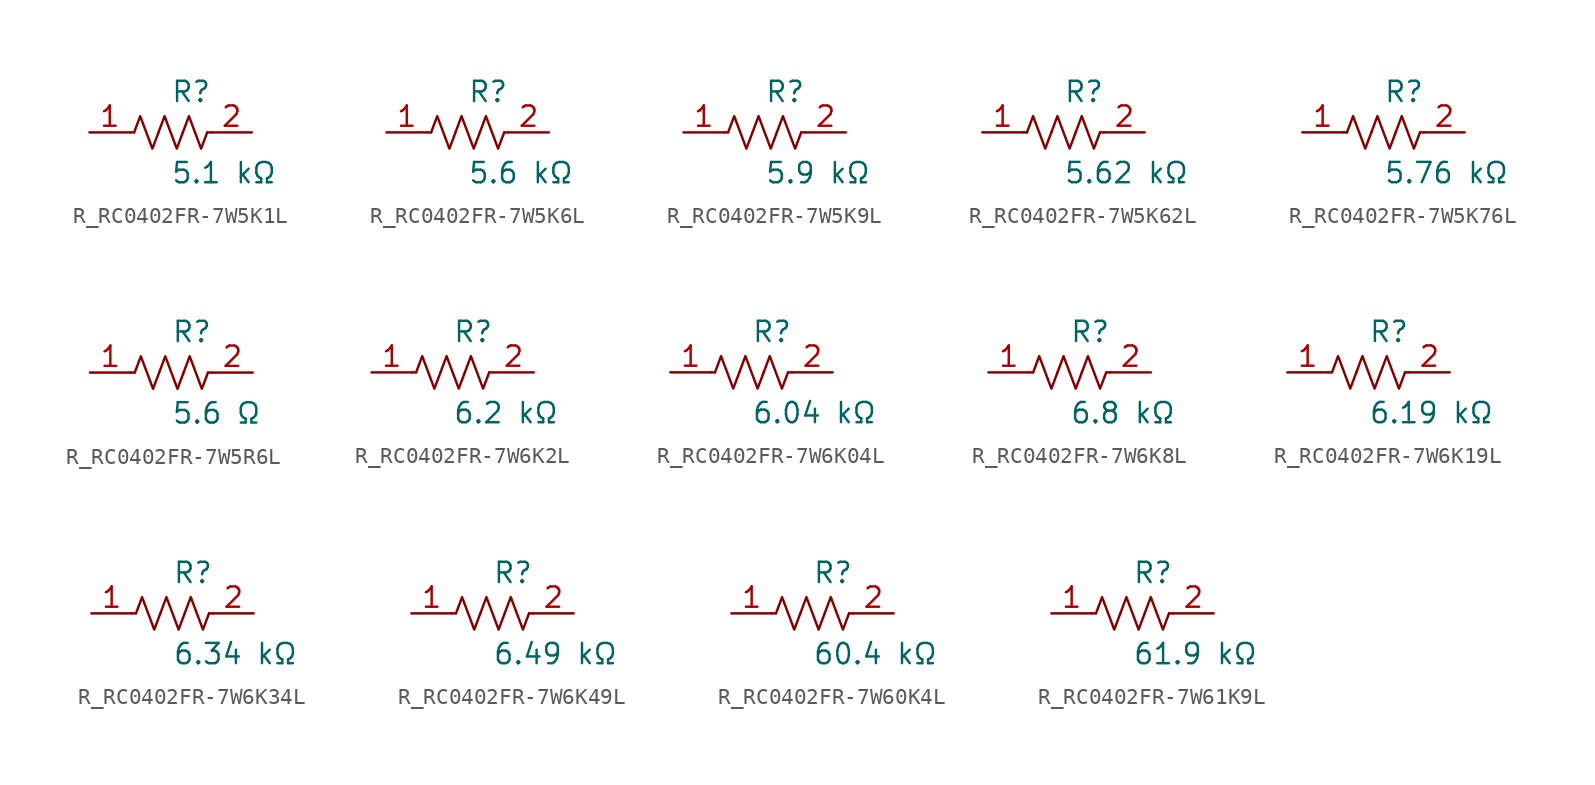
<source format=kicad_sym>
(kicad_symbol_lib
  (version 20231120)
  (generator kicad_symbol_editor)
  (generator_version 8.0)
  (symbol "R_RC0402FR-7W5K1L"
    (pin_names
      (offset 0.254))
    (property "Reference" "R"
      (at 0 2.54 0)
      (effects (font (size 1.27 1.27)) (justify left)))
    (property "Value" "5.1 kΩ"
      (at 0 -2.54 0)
      (effects (font (size 1.27 1.27)) (justify left)))
    (symbol "R_RC0402FR-7W5K1L_0_1"
      (polyline (pts (xy 2.286 0) (xy 2.54 0)) (stroke (width 0) (type default)) (fill (type none)))
      (polyline (pts (xy -2.286 0) (xy -2.54 0)) (stroke (width 0) (type default)) (fill (type none)))
      (polyline (pts (xy 0.762 0) (xy 1.143 1.016) (xy 1.524 0) (xy 1.905 -1.016) (xy 2.286 0)) (stroke (width 0) (type default)) (fill (type none)))
      (polyline (pts (xy -0.762 0) (xy -0.381 1.016) (xy 0 0) (xy 0.381 -1.016) (xy 0.762 0)) (stroke (width 0) (type default)) (fill (type none)))
      (polyline (pts (xy -2.286 0) (xy -1.905 1.016) (xy -1.524 0) (xy -1.143 -1.016) (xy -0.762 0)) (stroke (width 0) (type default)) (fill (type none))))
    (pin passive line
      (at -5.08 0 0)
      (length 2.54)
      (name "" (effects (font (size 1.27 1.27))))
      (number "1" (effects (font (size 1.27 1.27)))))
    (pin passive line
      (at 5.08 0 180)
      (length 2.54)
      (name "" (effects (font (size 1.27 1.27))))
      (number "2" (effects (font (size 1.27 1.27))))))
  (symbol "R_RC0402FR-7W5K6L"
    (pin_names
      (offset 0.254))
    (property "Reference" "R"
      (at 0 2.54 0)
      (effects (font (size 1.27 1.27)) (justify left)))
    (property "Value" "5.6 kΩ"
      (at 0 -2.54 0)
      (effects (font (size 1.27 1.27)) (justify left)))
    (symbol "R_RC0402FR-7W5K6L_0_1"
      (polyline (pts (xy 2.286 0) (xy 2.54 0)) (stroke (width 0) (type default)) (fill (type none)))
      (polyline (pts (xy -2.286 0) (xy -2.54 0)) (stroke (width 0) (type default)) (fill (type none)))
      (polyline (pts (xy 0.762 0) (xy 1.143 1.016) (xy 1.524 0) (xy 1.905 -1.016) (xy 2.286 0)) (stroke (width 0) (type default)) (fill (type none)))
      (polyline (pts (xy -0.762 0) (xy -0.381 1.016) (xy 0 0) (xy 0.381 -1.016) (xy 0.762 0)) (stroke (width 0) (type default)) (fill (type none)))
      (polyline (pts (xy -2.286 0) (xy -1.905 1.016) (xy -1.524 0) (xy -1.143 -1.016) (xy -0.762 0)) (stroke (width 0) (type default)) (fill (type none))))
    (pin passive line
      (at -5.08 0 0)
      (length 2.54)
      (name "" (effects (font (size 1.27 1.27))))
      (number "1" (effects (font (size 1.27 1.27)))))
    (pin passive line
      (at 5.08 0 180)
      (length 2.54)
      (name "" (effects (font (size 1.27 1.27))))
      (number "2" (effects (font (size 1.27 1.27))))))
  (symbol "R_RC0402FR-7W5K9L"
    (pin_names
      (offset 0.254))
    (property "Reference" "R"
      (at 0 2.54 0)
      (effects (font (size 1.27 1.27)) (justify left)))
    (property "Value" "5.9 kΩ"
      (at 0 -2.54 0)
      (effects (font (size 1.27 1.27)) (justify left)))
    (symbol "R_RC0402FR-7W5K9L_0_1"
      (polyline (pts (xy 2.286 0) (xy 2.54 0)) (stroke (width 0) (type default)) (fill (type none)))
      (polyline (pts (xy -2.286 0) (xy -2.54 0)) (stroke (width 0) (type default)) (fill (type none)))
      (polyline (pts (xy 0.762 0) (xy 1.143 1.016) (xy 1.524 0) (xy 1.905 -1.016) (xy 2.286 0)) (stroke (width 0) (type default)) (fill (type none)))
      (polyline (pts (xy -0.762 0) (xy -0.381 1.016) (xy 0 0) (xy 0.381 -1.016) (xy 0.762 0)) (stroke (width 0) (type default)) (fill (type none)))
      (polyline (pts (xy -2.286 0) (xy -1.905 1.016) (xy -1.524 0) (xy -1.143 -1.016) (xy -0.762 0)) (stroke (width 0) (type default)) (fill (type none))))
    (pin passive line
      (at -5.08 0 0)
      (length 2.54)
      (name "" (effects (font (size 1.27 1.27))))
      (number "1" (effects (font (size 1.27 1.27)))))
    (pin passive line
      (at 5.08 0 180)
      (length 2.54)
      (name "" (effects (font (size 1.27 1.27))))
      (number "2" (effects (font (size 1.27 1.27))))))
  (symbol "R_RC0402FR-7W5K62L"
    (pin_names
      (offset 0.254))
    (property "Reference" "R"
      (at 0 2.54 0)
      (effects (font (size 1.27 1.27)) (justify left)))
    (property "Value" "5.62 kΩ"
      (at 0 -2.54 0)
      (effects (font (size 1.27 1.27)) (justify left)))
    (symbol "R_RC0402FR-7W5K62L_0_1"
      (polyline (pts (xy 2.286 0) (xy 2.54 0)) (stroke (width 0) (type default)) (fill (type none)))
      (polyline (pts (xy -2.286 0) (xy -2.54 0)) (stroke (width 0) (type default)) (fill (type none)))
      (polyline (pts (xy 0.762 0) (xy 1.143 1.016) (xy 1.524 0) (xy 1.905 -1.016) (xy 2.286 0)) (stroke (width 0) (type default)) (fill (type none)))
      (polyline (pts (xy -0.762 0) (xy -0.381 1.016) (xy 0 0) (xy 0.381 -1.016) (xy 0.762 0)) (stroke (width 0) (type default)) (fill (type none)))
      (polyline (pts (xy -2.286 0) (xy -1.905 1.016) (xy -1.524 0) (xy -1.143 -1.016) (xy -0.762 0)) (stroke (width 0) (type default)) (fill (type none))))
    (pin passive line
      (at -5.08 0 0)
      (length 2.54)
      (name "" (effects (font (size 1.27 1.27))))
      (number "1" (effects (font (size 1.27 1.27)))))
    (pin passive line
      (at 5.08 0 180)
      (length 2.54)
      (name "" (effects (font (size 1.27 1.27))))
      (number "2" (effects (font (size 1.27 1.27))))))
  (symbol "R_RC0402FR-7W5K76L"
    (pin_names
      (offset 0.254))
    (property "Reference" "R"
      (at 0 2.54 0)
      (effects (font (size 1.27 1.27)) (justify left)))
    (property "Value" "5.76 kΩ"
      (at 0 -2.54 0)
      (effects (font (size 1.27 1.27)) (justify left)))
    (symbol "R_RC0402FR-7W5K76L_0_1"
      (polyline (pts (xy 2.286 0) (xy 2.54 0)) (stroke (width 0) (type default)) (fill (type none)))
      (polyline (pts (xy -2.286 0) (xy -2.54 0)) (stroke (width 0) (type default)) (fill (type none)))
      (polyline (pts (xy 0.762 0) (xy 1.143 1.016) (xy 1.524 0) (xy 1.905 -1.016) (xy 2.286 0)) (stroke (width 0) (type default)) (fill (type none)))
      (polyline (pts (xy -0.762 0) (xy -0.381 1.016) (xy 0 0) (xy 0.381 -1.016) (xy 0.762 0)) (stroke (width 0) (type default)) (fill (type none)))
      (polyline (pts (xy -2.286 0) (xy -1.905 1.016) (xy -1.524 0) (xy -1.143 -1.016) (xy -0.762 0)) (stroke (width 0) (type default)) (fill (type none))))
    (pin passive line
      (at -5.08 0 0)
      (length 2.54)
      (name "" (effects (font (size 1.27 1.27))))
      (number "1" (effects (font (size 1.27 1.27)))))
    (pin passive line
      (at 5.08 0 180)
      (length 2.54)
      (name "" (effects (font (size 1.27 1.27))))
      (number "2" (effects (font (size 1.27 1.27))))))
  (symbol "R_RC0402FR-7W5R6L"
    (pin_names
      (offset 0.254))
    (property "Reference" "R"
      (at 0 2.54 0)
      (effects (font (size 1.27 1.27)) (justify left)))
    (property "Value" "5.6 Ω"
      (at 0 -2.54 0)
      (effects (font (size 1.27 1.27)) (justify left)))
    (symbol "R_RC0402FR-7W5R6L_0_1"
      (polyline (pts (xy 2.286 0) (xy 2.54 0)) (stroke (width 0) (type default)) (fill (type none)))
      (polyline (pts (xy -2.286 0) (xy -2.54 0)) (stroke (width 0) (type default)) (fill (type none)))
      (polyline (pts (xy 0.762 0) (xy 1.143 1.016) (xy 1.524 0) (xy 1.905 -1.016) (xy 2.286 0)) (stroke (width 0) (type default)) (fill (type none)))
      (polyline (pts (xy -0.762 0) (xy -0.381 1.016) (xy 0 0) (xy 0.381 -1.016) (xy 0.762 0)) (stroke (width 0) (type default)) (fill (type none)))
      (polyline (pts (xy -2.286 0) (xy -1.905 1.016) (xy -1.524 0) (xy -1.143 -1.016) (xy -0.762 0)) (stroke (width 0) (type default)) (fill (type none))))
    (pin passive line
      (at -5.08 0 0)
      (length 2.54)
      (name "" (effects (font (size 1.27 1.27))))
      (number "1" (effects (font (size 1.27 1.27)))))
    (pin passive line
      (at 5.08 0 180)
      (length 2.54)
      (name "" (effects (font (size 1.27 1.27))))
      (number "2" (effects (font (size 1.27 1.27))))))
  (symbol "R_RC0402FR-7W6K2L"
    (pin_names
      (offset 0.254))
    (property "Reference" "R"
      (at 0 2.54 0)
      (effects (font (size 1.27 1.27)) (justify left)))
    (property "Value" "6.2 kΩ"
      (at 0 -2.54 0)
      (effects (font (size 1.27 1.27)) (justify left)))
    (symbol "R_RC0402FR-7W6K2L_0_1"
      (polyline (pts (xy 2.286 0) (xy 2.54 0)) (stroke (width 0) (type default)) (fill (type none)))
      (polyline (pts (xy -2.286 0) (xy -2.54 0)) (stroke (width 0) (type default)) (fill (type none)))
      (polyline (pts (xy 0.762 0) (xy 1.143 1.016) (xy 1.524 0) (xy 1.905 -1.016) (xy 2.286 0)) (stroke (width 0) (type default)) (fill (type none)))
      (polyline (pts (xy -0.762 0) (xy -0.381 1.016) (xy 0 0) (xy 0.381 -1.016) (xy 0.762 0)) (stroke (width 0) (type default)) (fill (type none)))
      (polyline (pts (xy -2.286 0) (xy -1.905 1.016) (xy -1.524 0) (xy -1.143 -1.016) (xy -0.762 0)) (stroke (width 0) (type default)) (fill (type none))))
    (pin passive line
      (at -5.08 0 0)
      (length 2.54)
      (name "" (effects (font (size 1.27 1.27))))
      (number "1" (effects (font (size 1.27 1.27)))))
    (pin passive line
      (at 5.08 0 180)
      (length 2.54)
      (name "" (effects (font (size 1.27 1.27))))
      (number "2" (effects (font (size 1.27 1.27))))))
  (symbol "R_RC0402FR-7W6K04L"
    (pin_names
      (offset 0.254))
    (property "Reference" "R"
      (at 0 2.54 0)
      (effects (font (size 1.27 1.27)) (justify left)))
    (property "Value" "6.04 kΩ"
      (at 0 -2.54 0)
      (effects (font (size 1.27 1.27)) (justify left)))
    (symbol "R_RC0402FR-7W6K04L_0_1"
      (polyline (pts (xy 2.286 0) (xy 2.54 0)) (stroke (width 0) (type default)) (fill (type none)))
      (polyline (pts (xy -2.286 0) (xy -2.54 0)) (stroke (width 0) (type default)) (fill (type none)))
      (polyline (pts (xy 0.762 0) (xy 1.143 1.016) (xy 1.524 0) (xy 1.905 -1.016) (xy 2.286 0)) (stroke (width 0) (type default)) (fill (type none)))
      (polyline (pts (xy -0.762 0) (xy -0.381 1.016) (xy 0 0) (xy 0.381 -1.016) (xy 0.762 0)) (stroke (width 0) (type default)) (fill (type none)))
      (polyline (pts (xy -2.286 0) (xy -1.905 1.016) (xy -1.524 0) (xy -1.143 -1.016) (xy -0.762 0)) (stroke (width 0) (type default)) (fill (type none))))
    (pin passive line
      (at -5.08 0 0)
      (length 2.54)
      (name "" (effects (font (size 1.27 1.27))))
      (number "1" (effects (font (size 1.27 1.27)))))
    (pin passive line
      (at 5.08 0 180)
      (length 2.54)
      (name "" (effects (font (size 1.27 1.27))))
      (number "2" (effects (font (size 1.27 1.27))))))
  (symbol "R_RC0402FR-7W6K8L"
    (pin_names
      (offset 0.254))
    (property "Reference" "R"
      (at 0 2.54 0)
      (effects (font (size 1.27 1.27)) (justify left)))
    (property "Value" "6.8 kΩ"
      (at 0 -2.54 0)
      (effects (font (size 1.27 1.27)) (justify left)))
    (symbol "R_RC0402FR-7W6K8L_0_1"
      (polyline (pts (xy 2.286 0) (xy 2.54 0)) (stroke (width 0) (type default)) (fill (type none)))
      (polyline (pts (xy -2.286 0) (xy -2.54 0)) (stroke (width 0) (type default)) (fill (type none)))
      (polyline (pts (xy 0.762 0) (xy 1.143 1.016) (xy 1.524 0) (xy 1.905 -1.016) (xy 2.286 0)) (stroke (width 0) (type default)) (fill (type none)))
      (polyline (pts (xy -0.762 0) (xy -0.381 1.016) (xy 0 0) (xy 0.381 -1.016) (xy 0.762 0)) (stroke (width 0) (type default)) (fill (type none)))
      (polyline (pts (xy -2.286 0) (xy -1.905 1.016) (xy -1.524 0) (xy -1.143 -1.016) (xy -0.762 0)) (stroke (width 0) (type default)) (fill (type none))))
    (pin passive line
      (at -5.08 0 0)
      (length 2.54)
      (name "" (effects (font (size 1.27 1.27))))
      (number "1" (effects (font (size 1.27 1.27)))))
    (pin passive line
      (at 5.08 0 180)
      (length 2.54)
      (name "" (effects (font (size 1.27 1.27))))
      (number "2" (effects (font (size 1.27 1.27))))))
  (symbol "R_RC0402FR-7W6K19L"
    (pin_names
      (offset 0.254))
    (property "Reference" "R"
      (at 0 2.54 0)
      (effects (font (size 1.27 1.27)) (justify left)))
    (property "Value" "6.19 kΩ"
      (at 0 -2.54 0)
      (effects (font (size 1.27 1.27)) (justify left)))
    (symbol "R_RC0402FR-7W6K19L_0_1"
      (polyline (pts (xy 2.286 0) (xy 2.54 0)) (stroke (width 0) (type default)) (fill (type none)))
      (polyline (pts (xy -2.286 0) (xy -2.54 0)) (stroke (width 0) (type default)) (fill (type none)))
      (polyline (pts (xy 0.762 0) (xy 1.143 1.016) (xy 1.524 0) (xy 1.905 -1.016) (xy 2.286 0)) (stroke (width 0) (type default)) (fill (type none)))
      (polyline (pts (xy -0.762 0) (xy -0.381 1.016) (xy 0 0) (xy 0.381 -1.016) (xy 0.762 0)) (stroke (width 0) (type default)) (fill (type none)))
      (polyline (pts (xy -2.286 0) (xy -1.905 1.016) (xy -1.524 0) (xy -1.143 -1.016) (xy -0.762 0)) (stroke (width 0) (type default)) (fill (type none))))
    (pin passive line
      (at -5.08 0 0)
      (length 2.54)
      (name "" (effects (font (size 1.27 1.27))))
      (number "1" (effects (font (size 1.27 1.27)))))
    (pin passive line
      (at 5.08 0 180)
      (length 2.54)
      (name "" (effects (font (size 1.27 1.27))))
      (number "2" (effects (font (size 1.27 1.27))))))
  (symbol "R_RC0402FR-7W6K34L"
    (pin_names
      (offset 0.254))
    (property "Reference" "R"
      (at 0 2.54 0)
      (effects (font (size 1.27 1.27)) (justify left)))
    (property "Value" "6.34 kΩ"
      (at 0 -2.54 0)
      (effects (font (size 1.27 1.27)) (justify left)))
    (symbol "R_RC0402FR-7W6K34L_0_1"
      (polyline (pts (xy 2.286 0) (xy 2.54 0)) (stroke (width 0) (type default)) (fill (type none)))
      (polyline (pts (xy -2.286 0) (xy -2.54 0)) (stroke (width 0) (type default)) (fill (type none)))
      (polyline (pts (xy 0.762 0) (xy 1.143 1.016) (xy 1.524 0) (xy 1.905 -1.016) (xy 2.286 0)) (stroke (width 0) (type default)) (fill (type none)))
      (polyline (pts (xy -0.762 0) (xy -0.381 1.016) (xy 0 0) (xy 0.381 -1.016) (xy 0.762 0)) (stroke (width 0) (type default)) (fill (type none)))
      (polyline (pts (xy -2.286 0) (xy -1.905 1.016) (xy -1.524 0) (xy -1.143 -1.016) (xy -0.762 0)) (stroke (width 0) (type default)) (fill (type none))))
    (pin passive line
      (at -5.08 0 0)
      (length 2.54)
      (name "" (effects (font (size 1.27 1.27))))
      (number "1" (effects (font (size 1.27 1.27)))))
    (pin passive line
      (at 5.08 0 180)
      (length 2.54)
      (name "" (effects (font (size 1.27 1.27))))
      (number "2" (effects (font (size 1.27 1.27))))))
  (symbol "R_RC0402FR-7W6K49L"
    (pin_names
      (offset 0.254))
    (property "Reference" "R"
      (at 0 2.54 0)
      (effects (font (size 1.27 1.27)) (justify left)))
    (property "Value" "6.49 kΩ"
      (at 0 -2.54 0)
      (effects (font (size 1.27 1.27)) (justify left)))
    (symbol "R_RC0402FR-7W6K49L_0_1"
      (polyline (pts (xy 2.286 0) (xy 2.54 0)) (stroke (width 0) (type default)) (fill (type none)))
      (polyline (pts (xy -2.286 0) (xy -2.54 0)) (stroke (width 0) (type default)) (fill (type none)))
      (polyline (pts (xy 0.762 0) (xy 1.143 1.016) (xy 1.524 0) (xy 1.905 -1.016) (xy 2.286 0)) (stroke (width 0) (type default)) (fill (type none)))
      (polyline (pts (xy -0.762 0) (xy -0.381 1.016) (xy 0 0) (xy 0.381 -1.016) (xy 0.762 0)) (stroke (width 0) (type default)) (fill (type none)))
      (polyline (pts (xy -2.286 0) (xy -1.905 1.016) (xy -1.524 0) (xy -1.143 -1.016) (xy -0.762 0)) (stroke (width 0) (type default)) (fill (type none))))
    (pin passive line
      (at -5.08 0 0)
      (length 2.54)
      (name "" (effects (font (size 1.27 1.27))))
      (number "1" (effects (font (size 1.27 1.27)))))
    (pin passive line
      (at 5.08 0 180)
      (length 2.54)
      (name "" (effects (font (size 1.27 1.27))))
      (number "2" (effects (font (size 1.27 1.27))))))
  (symbol "R_RC0402FR-7W60K4L"
    (pin_names
      (offset 0.254))
    (property "Reference" "R"
      (at 0 2.54 0)
      (effects (font (size 1.27 1.27)) (justify left)))
    (property "Value" "60.4 kΩ"
      (at 0 -2.54 0)
      (effects (font (size 1.27 1.27)) (justify left)))
    (symbol "R_RC0402FR-7W60K4L_0_1"
      (polyline (pts (xy 2.286 0) (xy 2.54 0)) (stroke (width 0) (type default)) (fill (type none)))
      (polyline (pts (xy -2.286 0) (xy -2.54 0)) (stroke (width 0) (type default)) (fill (type none)))
      (polyline (pts (xy 0.762 0) (xy 1.143 1.016) (xy 1.524 0) (xy 1.905 -1.016) (xy 2.286 0)) (stroke (width 0) (type default)) (fill (type none)))
      (polyline (pts (xy -0.762 0) (xy -0.381 1.016) (xy 0 0) (xy 0.381 -1.016) (xy 0.762 0)) (stroke (width 0) (type default)) (fill (type none)))
      (polyline (pts (xy -2.286 0) (xy -1.905 1.016) (xy -1.524 0) (xy -1.143 -1.016) (xy -0.762 0)) (stroke (width 0) (type default)) (fill (type none))))
    (pin passive line
      (at -5.08 0 0)
      (length 2.54)
      (name "" (effects (font (size 1.27 1.27))))
      (number "1" (effects (font (size 1.27 1.27)))))
    (pin passive line
      (at 5.08 0 180)
      (length 2.54)
      (name "" (effects (font (size 1.27 1.27))))
      (number "2" (effects (font (size 1.27 1.27))))))
  (symbol "R_RC0402FR-7W61K9L"
    (pin_names
      (offset 0.254))
    (property "Reference" "R"
      (at 0 2.54 0)
      (effects (font (size 1.27 1.27)) (justify left)))
    (property "Value" "61.9 kΩ"
      (at 0 -2.54 0)
      (effects (font (size 1.27 1.27)) (justify left)))
    (symbol "R_RC0402FR-7W61K9L_0_1"
      (polyline (pts (xy 2.286 0) (xy 2.54 0)) (stroke (width 0) (type default)) (fill (type none)))
      (polyline (pts (xy -2.286 0) (xy -2.54 0)) (stroke (width 0) (type default)) (fill (type none)))
      (polyline (pts (xy 0.762 0) (xy 1.143 1.016) (xy 1.524 0) (xy 1.905 -1.016) (xy 2.286 0)) (stroke (width 0) (type default)) (fill (type none)))
      (polyline (pts (xy -0.762 0) (xy -0.381 1.016) (xy 0 0) (xy 0.381 -1.016) (xy 0.762 0)) (stroke (width 0) (type default)) (fill (type none)))
      (polyline (pts (xy -2.286 0) (xy -1.905 1.016) (xy -1.524 0) (xy -1.143 -1.016) (xy -0.762 0)) (stroke (width 0) (type default)) (fill (type none))))
    (pin passive line
      (at -5.08 0 0)
      (length 2.54)
      (name "" (effects (font (size 1.27 1.27))))
      (number "1" (effects (font (size 1.27 1.27)))))
    (pin passive line
      (at 5.08 0 180)
      (length 2.54)
      (name "" (effects (font (size 1.27 1.27))))
      (number "2" (effects (font (size 1.27 1.27)))))))
</source>
